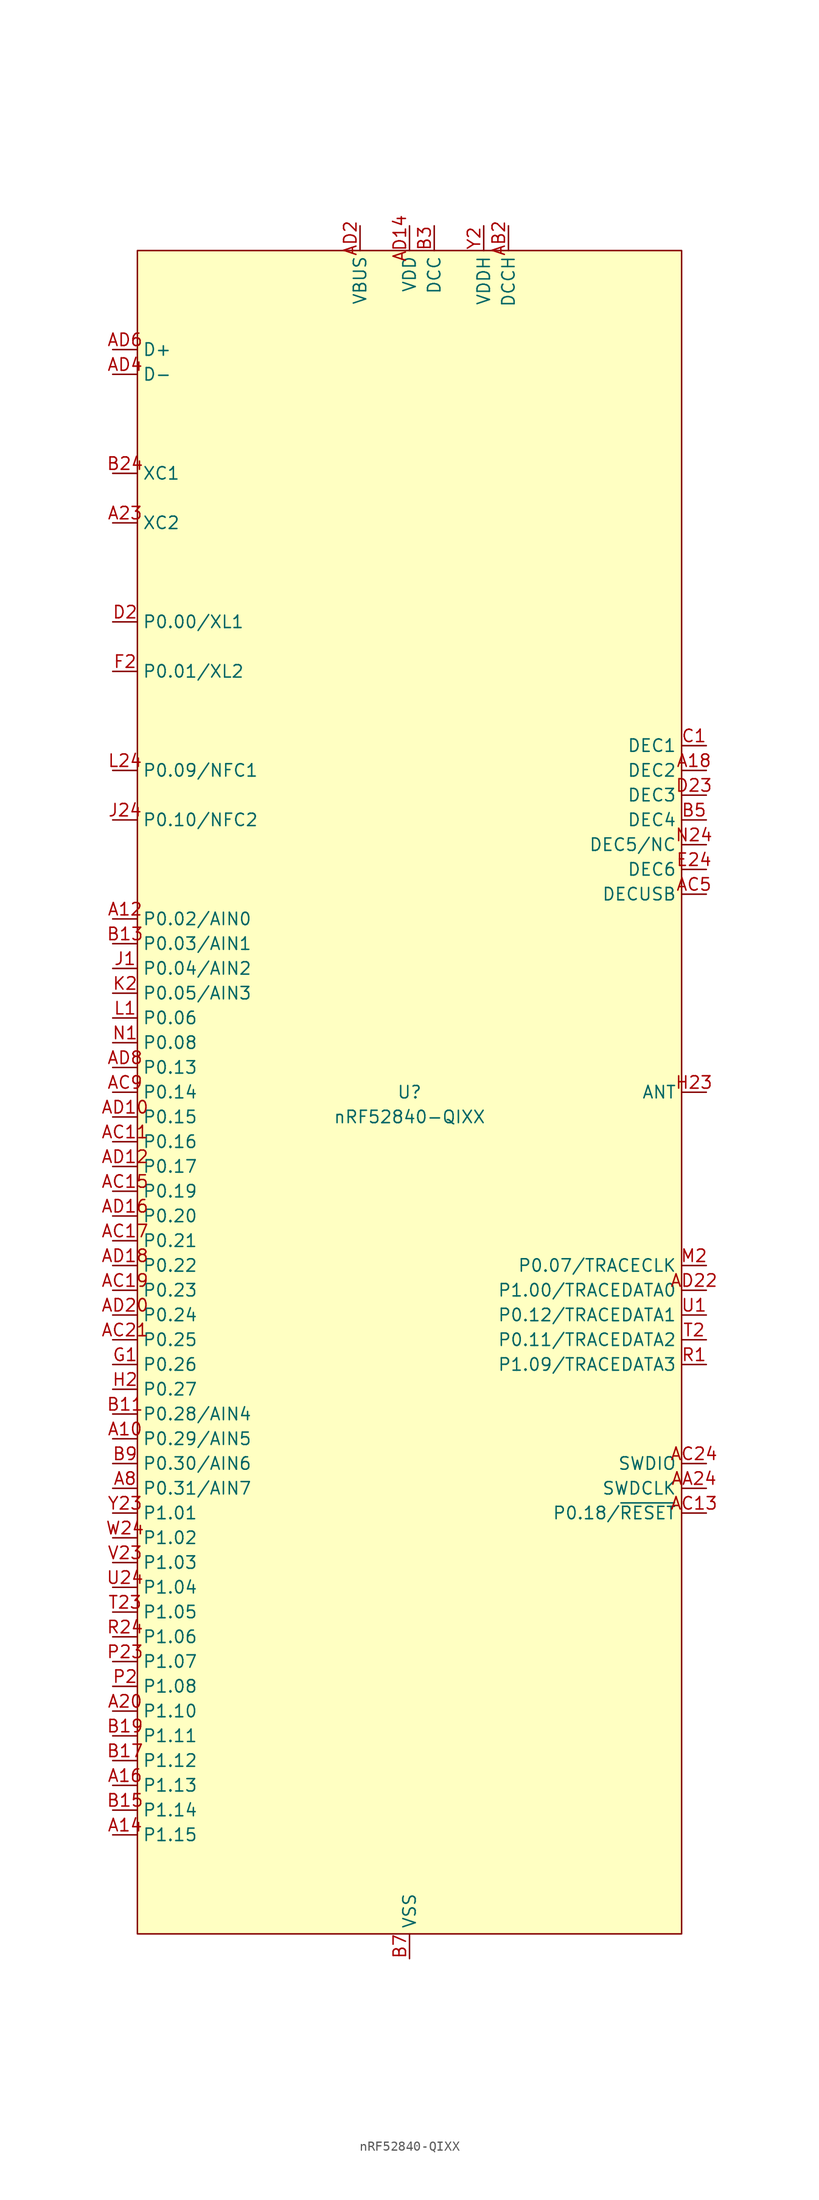
<source format=kicad_sym>
(kicad_symbol_lib
  (version 20241209)
  (generator "kicad_symbol_editor")
  (generator_version "9.0")
  (symbol "nRF52840-QIXX"
    (property "Reference" "U"
      (at 0 0 0)
      (do_not_autoplace)
      (effects (font (size 1.27 1.27))))
    (property "Value" "nRF52840-QIXX"
      (at 0 -2.54 0)
      (do_not_autoplace)
      (effects (font (size 1.27 1.27))))
    (symbol "nRF52840-QIXX_0_0"
      (pin unspecified line (at -30.48 76.2 0) (length 2.54) (name "D+" (effects (font (size 1.27 1.27)))) (number "AD6" (effects (font (size 1.27 1.27)))))
      (pin unspecified line (at -30.48 73.66 0) (length 2.54) (name "D-" (effects (font (size 1.27 1.27)))) (number "AD4" (effects (font (size 1.27 1.27)))))
      (pin unspecified line (at -30.48 63.5 0) (length 2.54) (name "XC1" (effects (font (size 1.27 1.27)))) (number "B24" (effects (font (size 1.27 1.27)))))
      (pin unspecified line (at -30.48 58.42 0) (length 2.54) (name "XC2" (effects (font (size 1.27 1.27)))) (number "A23" (effects (font (size 1.27 1.27)))))
      (pin unspecified line (at -30.48 48.26 0) (length 2.54) (name "P0.00/XL1" (effects (font (size 1.27 1.27)))) (number "D2" (effects (font (size 1.27 1.27)))))
      (pin unspecified line (at -30.48 43.18 0) (length 2.54) (name "P0.01/XL2" (effects (font (size 1.27 1.27)))) (number "F2" (effects (font (size 1.27 1.27)))))
      (pin unspecified line (at -30.48 33.02 0) (length 2.54) (name "P0.09/NFC1" (effects (font (size 1.27 1.27)))) (number "L24" (effects (font (size 1.27 1.27)))))
      (pin unspecified line (at -30.48 27.94 0) (length 2.54) (name "P0.10/NFC2" (effects (font (size 1.27 1.27)))) (number "J24" (effects (font (size 1.27 1.27)))))
      (pin unspecified line (at -30.48 17.78 0) (length 2.54) (name "P0.02/AIN0" (effects (font (size 1.27 1.27)))) (number "A12" (effects (font (size 1.27 1.27)))))
      (pin unspecified line (at -30.48 15.24 0) (length 2.54) (name "P0.03/AIN1" (effects (font (size 1.27 1.27)))) (number "B13" (effects (font (size 1.27 1.27)))))
      (pin unspecified line (at -30.48 12.7 0) (length 2.54) (name "P0.04/AIN2" (effects (font (size 1.27 1.27)))) (number "J1" (effects (font (size 1.27 1.27)))))
      (pin unspecified line (at -30.48 10.16 0) (length 2.54) (name "P0.05/AIN3" (effects (font (size 1.27 1.27)))) (number "K2" (effects (font (size 1.27 1.27)))))
      (pin unspecified line (at -30.48 7.62 0) (length 2.54) (name "P0.06" (effects (font (size 1.27 1.27)))) (number "L1" (effects (font (size 1.27 1.27)))))
      (pin unspecified line (at -30.48 5.08 0) (length 2.54) (name "P0.08" (effects (font (size 1.27 1.27)))) (number "N1" (effects (font (size 1.27 1.27)))))
      (pin unspecified line (at -30.48 2.54 0) (length 2.54) (name "P0.13" (effects (font (size 1.27 1.27)))) (number "AD8" (effects (font (size 1.27 1.27)))))
      (pin unspecified line (at -30.48 0 0) (length 2.54) (name "P0.14" (effects (font (size 1.27 1.27)))) (number "AC9" (effects (font (size 1.27 1.27)))))
      (pin unspecified line (at -30.48 -2.54 0) (length 2.54) (name "P0.15" (effects (font (size 1.27 1.27)))) (number "AD10" (effects (font (size 1.27 1.27)))))
      (pin unspecified line (at -30.48 -5.08 0) (length 2.54) (name "P0.16" (effects (font (size 1.27 1.27)))) (number "AC11" (effects (font (size 1.27 1.27)))))
      (pin unspecified line (at -30.48 -7.62 0) (length 2.54) (name "P0.17" (effects (font (size 1.27 1.27)))) (number "AD12" (effects (font (size 1.27 1.27)))))
      (pin unspecified line (at -30.48 -10.16 0) (length 2.54) (name "P0.19" (effects (font (size 1.27 1.27)))) (number "AC15" (effects (font (size 1.27 1.27)))))
      (pin unspecified line (at -30.48 -12.7 0) (length 2.54) (name "P0.20" (effects (font (size 1.27 1.27)))) (number "AD16" (effects (font (size 1.27 1.27)))))
      (pin unspecified line (at -30.48 -15.24 0) (length 2.54) (name "P0.21" (effects (font (size 1.27 1.27)))) (number "AC17" (effects (font (size 1.27 1.27)))))
      (pin unspecified line (at -30.48 -17.78 0) (length 2.54) (name "P0.22" (effects (font (size 1.27 1.27)))) (number "AD18" (effects (font (size 1.27 1.27)))))
      (pin unspecified line (at -30.48 -20.32 0) (length 2.54) (name "P0.23" (effects (font (size 1.27 1.27)))) (number "AC19" (effects (font (size 1.27 1.27)))))
      (pin unspecified line (at -30.48 -22.86 0) (length 2.54) (name "P0.24" (effects (font (size 1.27 1.27)))) (number "AD20" (effects (font (size 1.27 1.27)))))
      (pin unspecified line (at -30.48 -25.4 0) (length 2.54) (name "P0.25" (effects (font (size 1.27 1.27)))) (number "AC21" (effects (font (size 1.27 1.27)))))
      (pin unspecified line (at -30.48 -27.94 0) (length 2.54) (name "P0.26" (effects (font (size 1.27 1.27)))) (number "G1" (effects (font (size 1.27 1.27)))))
      (pin unspecified line (at -30.48 -30.48 0) (length 2.54) (name "P0.27" (effects (font (size 1.27 1.27)))) (number "H2" (effects (font (size 1.27 1.27)))))
      (pin unspecified line (at -30.48 -33.02 0) (length 2.54) (name "P0.28/AIN4" (effects (font (size 1.27 1.27)))) (number "B11" (effects (font (size 1.27 1.27)))))
      (pin unspecified line (at -30.48 -35.56 0) (length 2.54) (name "P0.29/AIN5" (effects (font (size 1.27 1.27)))) (number "A10" (effects (font (size 1.27 1.27)))))
      (pin unspecified line (at -30.48 -38.1 0) (length 2.54) (name "P0.30/AIN6" (effects (font (size 1.27 1.27)))) (number "B9" (effects (font (size 1.27 1.27)))))
      (pin unspecified line (at -30.48 -40.64 0) (length 2.54) (name "P0.31/AIN7" (effects (font (size 1.27 1.27)))) (number "A8" (effects (font (size 1.27 1.27)))))
      (pin unspecified line (at -30.48 -43.18 0) (length 2.54) (name "P1.01" (effects (font (size 1.27 1.27)))) (number "Y23" (effects (font (size 1.27 1.27)))))
      (pin unspecified line (at -30.48 -45.72 0) (length 2.54) (name "P1.02" (effects (font (size 1.27 1.27)))) (number "W24" (effects (font (size 1.27 1.27)))))
      (pin unspecified line (at -30.48 -48.26 0) (length 2.54) (name "P1.03" (effects (font (size 1.27 1.27)))) (number "V23" (effects (font (size 1.27 1.27)))))
      (pin unspecified line (at -30.48 -50.8 0) (length 2.54) (name "P1.04" (effects (font (size 1.27 1.27)))) (number "U24" (effects (font (size 1.27 1.27)))))
      (pin unspecified line (at -30.48 -53.34 0) (length 2.54) (name "P1.05" (effects (font (size 1.27 1.27)))) (number "T23" (effects (font (size 1.27 1.27)))))
      (pin unspecified line (at -30.48 -55.88 0) (length 2.54) (name "P1.06" (effects (font (size 1.27 1.27)))) (number "R24" (effects (font (size 1.27 1.27)))))
      (pin unspecified line (at -30.48 -58.42 0) (length 2.54) (name "P1.07" (effects (font (size 1.27 1.27)))) (number "P23" (effects (font (size 1.27 1.27)))))
      (pin unspecified line (at -30.48 -60.96 0) (length 2.54) (name "P1.08" (effects (font (size 1.27 1.27)))) (number "P2" (effects (font (size 1.27 1.27)))))
      (pin unspecified line (at -30.48 -63.5 0) (length 2.54) (name "P1.10" (effects (font (size 1.27 1.27)))) (number "A20" (effects (font (size 1.27 1.27)))))
      (pin unspecified line (at -30.48 -66.04 0) (length 2.54) (name "P1.11" (effects (font (size 1.27 1.27)))) (number "B19" (effects (font (size 1.27 1.27)))))
      (pin unspecified line (at -30.48 -68.58 0) (length 2.54) (name "P1.12" (effects (font (size 1.27 1.27)))) (number "B17" (effects (font (size 1.27 1.27)))))
      (pin unspecified line (at -30.48 -71.12 0) (length 2.54) (name "P1.13" (effects (font (size 1.27 1.27)))) (number "A16" (effects (font (size 1.27 1.27)))))
      (pin unspecified line (at -30.48 -73.66 0) (length 2.54) (name "P1.14" (effects (font (size 1.27 1.27)))) (number "B15" (effects (font (size 1.27 1.27)))))
      (pin unspecified line (at -30.48 -76.2 0) (length 2.54) (name "P1.15" (effects (font (size 1.27 1.27)))) (number "A14" (effects (font (size 1.27 1.27)))))
      (pin unspecified line (at -5.08 88.9 270) (length 2.54) (name "VBUS" (effects (font (size 1.27 1.27)))) (number "AD2" (effects (font (size 1.27 1.27)))))
      (pin unspecified line (at 0 88.9 270) (length 2.54) (name "VDD" (effects (font (size 1.27 1.27)))) (number "AD14" (effects (font (size 1.27 1.27)))))
      (pin unspecified line (at 7.62 88.9 270) (length 2.54) (name "VDDH" (effects (font (size 1.27 1.27)))) (number "Y2" (effects (font (size 1.27 1.27)))))
      (pin unspecified line (at 10.16 88.9 270) (length 2.54) (name "DCCH" (effects (font (size 1.27 1.27)))) (number "AB2" (effects (font (size 1.27 1.27)))))
      (pin unspecified line (at 30.48 20.32 180) (length 2.54) (name "DECUSB" (effects (font (size 1.27 1.27)))) (number "AC5" (effects (font (size 1.27 1.27)))))
      (pin unspecified line (at 30.48 0 180) (length 2.54) (name "ANT" (effects (font (size 1.27 1.27)))) (number "H23" (effects (font (size 1.27 1.27)))))
      (pin unspecified line (at 30.48 -17.78 180) (length 2.54) (name "P0.07/TRACECLK" (effects (font (size 1.27 1.27)))) (number "M2" (effects (font (size 1.27 1.27)))))
      (pin unspecified line (at 30.48 -20.32 180) (length 2.54) (name "P1.00/TRACEDATA0" (effects (font (size 1.27 1.27)))) (number "AD22" (effects (font (size 1.27 1.27)))))
      (pin unspecified line (at 30.48 -22.86 180) (length 2.54) (name "P0.12/TRACEDATA1" (effects (font (size 1.27 1.27)))) (number "U1" (effects (font (size 1.27 1.27)))))
      (pin unspecified line (at 30.48 -25.4 180) (length 2.54) (name "P0.11/TRACEDATA2" (effects (font (size 1.27 1.27)))) (number "T2" (effects (font (size 1.27 1.27)))))
      (pin unspecified line (at 30.48 -27.94 180) (length 2.54) (name "P1.09/TRACEDATA3" (effects (font (size 1.27 1.27)))) (number "R1" (effects (font (size 1.27 1.27)))))
      (pin unspecified line (at 30.48 -38.1 180) (length 2.54) (name "SWDIO" (effects (font (size 1.27 1.27)))) (number "AC24" (effects (font (size 1.27 1.27)))))
      (pin unspecified line (at 30.48 -40.64 180) (length 2.54) (name "SWDCLK" (effects (font (size 1.27 1.27)))) (number "AA24" (effects (font (size 1.27 1.27))))))
    (symbol "nRF52840-QIXX_1_0"
      (pin unspecified line (at 0 88.9 270) (length 2.54) (hide yes) (name "VDD" (effects (font (size 1.27 1.27)))) (number "A22" (effects (font (size 1.27 1.27)))))
      (pin unspecified line (at 0 88.9 270) (length 2.54) (hide yes) (name "VDD" (effects (font (size 1.27 1.27)))) (number "AD23" (effects (font (size 1.27 1.27)))))
      (pin unspecified line (at 0 88.9 270) (length 2.54) (hide yes) (name "VDD" (effects (font (size 1.27 1.27)))) (number "B1" (effects (font (size 1.27 1.27)))))
      (pin unspecified line (at 0 88.9 270) (length 2.54) (hide yes) (name "VDD" (effects (font (size 1.27 1.27)))) (number "W1" (effects (font (size 1.27 1.27)))))
      (pin unspecified line (at 0 -88.9 90) (length 2.54) (name "VSS" (effects (font (size 1.27 1.27)))) (number "B7" (effects (font (size 1.27 1.27)))))
      (pin unspecified line (at 0 -88.9 90) (length 2.54) (hide yes) (name "VSS" (effects (font (size 1.27 1.27)))) (number "EP" (effects (font (size 1.27 1.27)))))
      (pin unspecified line (at 0 -88.9 90) (length 2.54) (hide yes) (name "VSS_PA" (effects (font (size 1.27 1.27)))) (number "F23" (effects (font (size 1.27 1.27)))))
      (pin unspecified line (at 2.54 88.9 270) (length 2.54) (name "DCC" (effects (font (size 1.27 1.27)))) (number "B3" (effects (font (size 1.27 1.27)))))
      (pin unspecified line (at 30.48 35.56 180) (length 2.54) (name "DEC1" (effects (font (size 1.27 1.27)))) (number "C1" (effects (font (size 1.27 1.27)))))
      (pin unspecified line (at 30.48 33.02 180) (length 2.54) (name "DEC2" (effects (font (size 1.27 1.27)))) (number "A18" (effects (font (size 1.27 1.27)))))
      (pin unspecified line (at 30.48 30.48 180) (length 2.54) (name "DEC3" (effects (font (size 1.27 1.27)))) (number "D23" (effects (font (size 1.27 1.27)))))
      (pin unspecified line (at 30.48 27.94 180) (length 2.54) (name "DEC4" (effects (font (size 1.27 1.27)))) (number "B5" (effects (font (size 1.27 1.27)))))
      (pin unspecified line (at 30.48 25.4 180) (length 2.54) (name "DEC5/NC" (effects (font (size 1.27 1.27)))) (number "N24" (effects (font (size 1.27 1.27)))))
      (pin unspecified line (at 30.48 22.86 180) (length 2.54) (name "DEC6" (effects (font (size 1.27 1.27)))) (number "E24" (effects (font (size 1.27 1.27)))))
      (pin unspecified line (at 30.48 -43.18 180) (length 2.54) (name "P0.18/~{RESET}" (effects (font (size 1.27 1.27)))) (number "AC13" (effects (font (size 1.27 1.27))))))
    (symbol "nRF52840-QIXX_1_1"
      (rectangle (start -27.94 86.36) (end 27.94 -86.36) (stroke (width 0) (type default)) (fill (type background))))))
</source>
